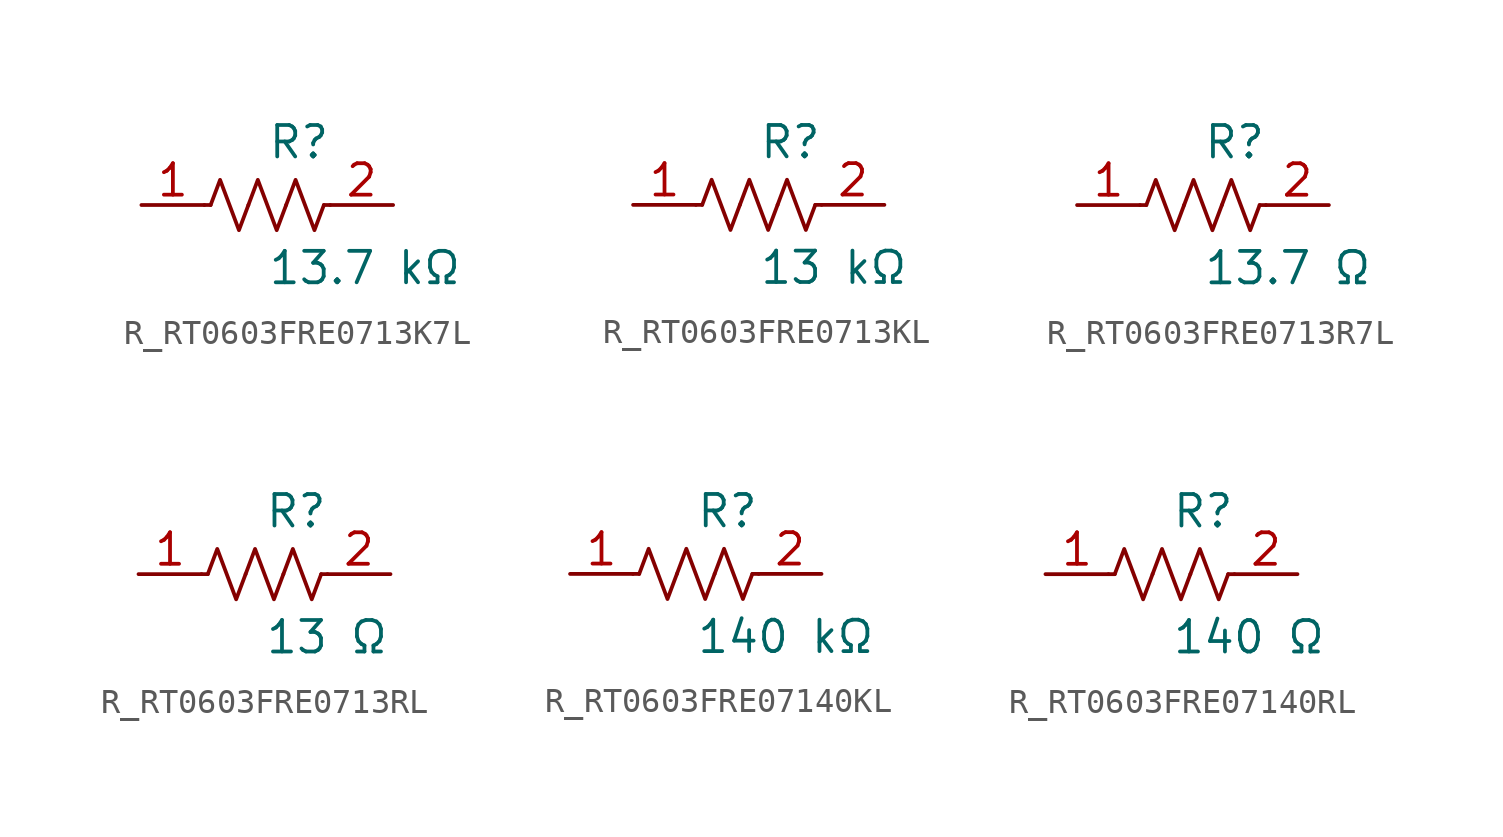
<source format=kicad_sym>
(kicad_symbol_lib
  (version 20231120)
  (generator kicad_symbol_editor)
  (generator_version 8.0)
  (symbol "R_RT0603FRE0713K7L"
    (pin_names
      (offset 0.254))
    (property "Reference" "R"
      (at 0.0 2.54 0)
      (effects (font (size 1.27 1.27)) (justify left)))
    (property "Value" "13.7 kΩ"
      (at 0.0 -2.54 0)
      (effects (font (size 1.27 1.27)) (justify left)))
    (symbol "R_RT0603FRE0713K7L_0_1"
      (polyline (pts (xy 2.286 0) (xy 2.54 0)) (stroke (width 0) (type default)) (fill (type none)))
      (polyline (pts (xy -2.286 0) (xy -2.54 0)) (stroke (width 0) (type default)) (fill (type none)))
      (polyline (pts (xy 0.762 0) (xy 1.143 1.016) (xy 1.524 0) (xy 1.905 -1.016) (xy 2.286 0)) (stroke (width 0) (type default)) (fill (type none)))
      (polyline (pts (xy -0.762 0) (xy -0.381 1.016) (xy 0 0) (xy 0.381 -1.016) (xy 0.762 0)) (stroke (width 0) (type default)) (fill (type none)))
      (polyline (pts (xy -2.286 0) (xy -1.905 1.016) (xy -1.524 0) (xy -1.143 -1.016) (xy -0.762 0)) (stroke (width 0) (type default)) (fill (type none))))
    (pin unspecified line
      (at -5.08 0 0)
      (length 2.54)
      (name "" (effects (font (size 1.27 1.27))))
      (number "1" (effects (font (size 1.27 1.27)))))
    (pin unspecified line
      (at 5.08 0 180)
      (length 2.54)
      (name "" (effects (font (size 1.27 1.27))))
      (number "2" (effects (font (size 1.27 1.27))))))
  (symbol "R_RT0603FRE0713KL"
    (pin_names
      (offset 0.254))
    (property "Reference" "R"
      (at 0.0 2.54 0)
      (effects (font (size 1.27 1.27)) (justify left)))
    (property "Value" "13 kΩ"
      (at 0.0 -2.54 0)
      (effects (font (size 1.27 1.27)) (justify left)))
    (symbol "R_RT0603FRE0713KL_0_1"
      (polyline (pts (xy 2.286 0) (xy 2.54 0)) (stroke (width 0) (type default)) (fill (type none)))
      (polyline (pts (xy -2.286 0) (xy -2.54 0)) (stroke (width 0) (type default)) (fill (type none)))
      (polyline (pts (xy 0.762 0) (xy 1.143 1.016) (xy 1.524 0) (xy 1.905 -1.016) (xy 2.286 0)) (stroke (width 0) (type default)) (fill (type none)))
      (polyline (pts (xy -0.762 0) (xy -0.381 1.016) (xy 0 0) (xy 0.381 -1.016) (xy 0.762 0)) (stroke (width 0) (type default)) (fill (type none)))
      (polyline (pts (xy -2.286 0) (xy -1.905 1.016) (xy -1.524 0) (xy -1.143 -1.016) (xy -0.762 0)) (stroke (width 0) (type default)) (fill (type none))))
    (pin unspecified line
      (at -5.08 0 0)
      (length 2.54)
      (name "" (effects (font (size 1.27 1.27))))
      (number "1" (effects (font (size 1.27 1.27)))))
    (pin unspecified line
      (at 5.08 0 180)
      (length 2.54)
      (name "" (effects (font (size 1.27 1.27))))
      (number "2" (effects (font (size 1.27 1.27))))))
  (symbol "R_RT0603FRE0713R7L"
    (pin_names
      (offset 0.254))
    (property "Reference" "R"
      (at 0.0 2.54 0)
      (effects (font (size 1.27 1.27)) (justify left)))
    (property "Value" "13.7 Ω"
      (at 0.0 -2.54 0)
      (effects (font (size 1.27 1.27)) (justify left)))
    (symbol "R_RT0603FRE0713R7L_0_1"
      (polyline (pts (xy 2.286 0) (xy 2.54 0)) (stroke (width 0) (type default)) (fill (type none)))
      (polyline (pts (xy -2.286 0) (xy -2.54 0)) (stroke (width 0) (type default)) (fill (type none)))
      (polyline (pts (xy 0.762 0) (xy 1.143 1.016) (xy 1.524 0) (xy 1.905 -1.016) (xy 2.286 0)) (stroke (width 0) (type default)) (fill (type none)))
      (polyline (pts (xy -0.762 0) (xy -0.381 1.016) (xy 0 0) (xy 0.381 -1.016) (xy 0.762 0)) (stroke (width 0) (type default)) (fill (type none)))
      (polyline (pts (xy -2.286 0) (xy -1.905 1.016) (xy -1.524 0) (xy -1.143 -1.016) (xy -0.762 0)) (stroke (width 0) (type default)) (fill (type none))))
    (pin unspecified line
      (at -5.08 0 0)
      (length 2.54)
      (name "" (effects (font (size 1.27 1.27))))
      (number "1" (effects (font (size 1.27 1.27)))))
    (pin unspecified line
      (at 5.08 0 180)
      (length 2.54)
      (name "" (effects (font (size 1.27 1.27))))
      (number "2" (effects (font (size 1.27 1.27))))))
  (symbol "R_RT0603FRE0713RL"
    (pin_names
      (offset 0.254))
    (property "Reference" "R"
      (at 0.0 2.54 0)
      (effects (font (size 1.27 1.27)) (justify left)))
    (property "Value" "13 Ω"
      (at 0.0 -2.54 0)
      (effects (font (size 1.27 1.27)) (justify left)))
    (symbol "R_RT0603FRE0713RL_0_1"
      (polyline (pts (xy 2.286 0) (xy 2.54 0)) (stroke (width 0) (type default)) (fill (type none)))
      (polyline (pts (xy -2.286 0) (xy -2.54 0)) (stroke (width 0) (type default)) (fill (type none)))
      (polyline (pts (xy 0.762 0) (xy 1.143 1.016) (xy 1.524 0) (xy 1.905 -1.016) (xy 2.286 0)) (stroke (width 0) (type default)) (fill (type none)))
      (polyline (pts (xy -0.762 0) (xy -0.381 1.016) (xy 0 0) (xy 0.381 -1.016) (xy 0.762 0)) (stroke (width 0) (type default)) (fill (type none)))
      (polyline (pts (xy -2.286 0) (xy -1.905 1.016) (xy -1.524 0) (xy -1.143 -1.016) (xy -0.762 0)) (stroke (width 0) (type default)) (fill (type none))))
    (pin unspecified line
      (at -5.08 0 0)
      (length 2.54)
      (name "" (effects (font (size 1.27 1.27))))
      (number "1" (effects (font (size 1.27 1.27)))))
    (pin unspecified line
      (at 5.08 0 180)
      (length 2.54)
      (name "" (effects (font (size 1.27 1.27))))
      (number "2" (effects (font (size 1.27 1.27))))))
  (symbol "R_RT0603FRE07140KL"
    (pin_names
      (offset 0.254))
    (property "Reference" "R"
      (at 0.0 2.54 0)
      (effects (font (size 1.27 1.27)) (justify left)))
    (property "Value" "140 kΩ"
      (at 0.0 -2.54 0)
      (effects (font (size 1.27 1.27)) (justify left)))
    (symbol "R_RT0603FRE07140KL_0_1"
      (polyline (pts (xy 2.286 0) (xy 2.54 0)) (stroke (width 0) (type default)) (fill (type none)))
      (polyline (pts (xy -2.286 0) (xy -2.54 0)) (stroke (width 0) (type default)) (fill (type none)))
      (polyline (pts (xy 0.762 0) (xy 1.143 1.016) (xy 1.524 0) (xy 1.905 -1.016) (xy 2.286 0)) (stroke (width 0) (type default)) (fill (type none)))
      (polyline (pts (xy -0.762 0) (xy -0.381 1.016) (xy 0 0) (xy 0.381 -1.016) (xy 0.762 0)) (stroke (width 0) (type default)) (fill (type none)))
      (polyline (pts (xy -2.286 0) (xy -1.905 1.016) (xy -1.524 0) (xy -1.143 -1.016) (xy -0.762 0)) (stroke (width 0) (type default)) (fill (type none))))
    (pin unspecified line
      (at -5.08 0 0)
      (length 2.54)
      (name "" (effects (font (size 1.27 1.27))))
      (number "1" (effects (font (size 1.27 1.27)))))
    (pin unspecified line
      (at 5.08 0 180)
      (length 2.54)
      (name "" (effects (font (size 1.27 1.27))))
      (number "2" (effects (font (size 1.27 1.27))))))
  (symbol "R_RT0603FRE07140RL"
    (pin_names
      (offset 0.254))
    (property "Reference" "R"
      (at 0.0 2.54 0)
      (effects (font (size 1.27 1.27)) (justify left)))
    (property "Value" "140 Ω"
      (at 0.0 -2.54 0)
      (effects (font (size 1.27 1.27)) (justify left)))
    (symbol "R_RT0603FRE07140RL_0_1"
      (polyline (pts (xy 2.286 0) (xy 2.54 0)) (stroke (width 0) (type default)) (fill (type none)))
      (polyline (pts (xy -2.286 0) (xy -2.54 0)) (stroke (width 0) (type default)) (fill (type none)))
      (polyline (pts (xy 0.762 0) (xy 1.143 1.016) (xy 1.524 0) (xy 1.905 -1.016) (xy 2.286 0)) (stroke (width 0) (type default)) (fill (type none)))
      (polyline (pts (xy -0.762 0) (xy -0.381 1.016) (xy 0 0) (xy 0.381 -1.016) (xy 0.762 0)) (stroke (width 0) (type default)) (fill (type none)))
      (polyline (pts (xy -2.286 0) (xy -1.905 1.016) (xy -1.524 0) (xy -1.143 -1.016) (xy -0.762 0)) (stroke (width 0) (type default)) (fill (type none))))
    (pin unspecified line
      (at -5.08 0 0)
      (length 2.54)
      (name "" (effects (font (size 1.27 1.27))))
      (number "1" (effects (font (size 1.27 1.27)))))
    (pin unspecified line
      (at 5.08 0 180)
      (length 2.54)
      (name "" (effects (font (size 1.27 1.27))))
      (number "2" (effects (font (size 1.27 1.27)))))))
</source>
